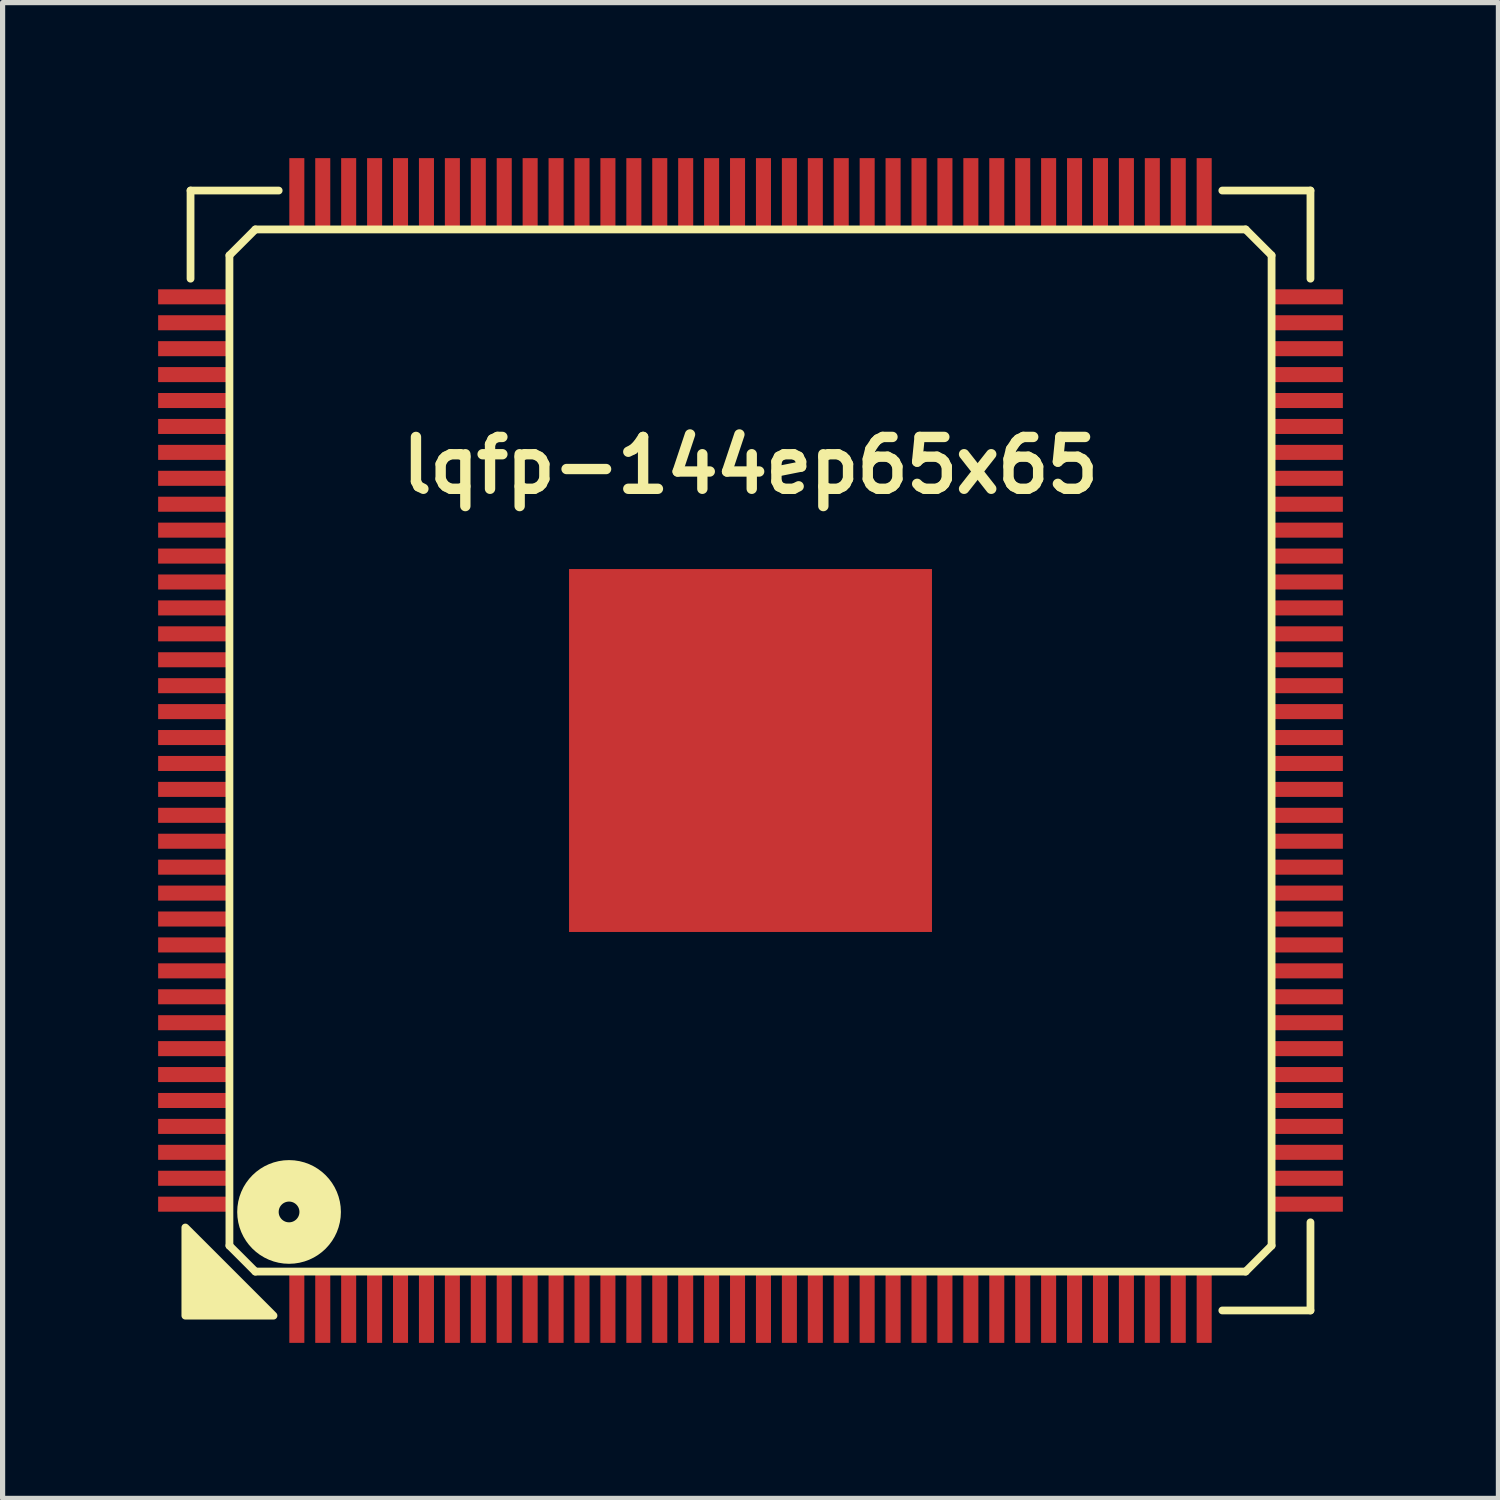
<source format=kicad_pcb>
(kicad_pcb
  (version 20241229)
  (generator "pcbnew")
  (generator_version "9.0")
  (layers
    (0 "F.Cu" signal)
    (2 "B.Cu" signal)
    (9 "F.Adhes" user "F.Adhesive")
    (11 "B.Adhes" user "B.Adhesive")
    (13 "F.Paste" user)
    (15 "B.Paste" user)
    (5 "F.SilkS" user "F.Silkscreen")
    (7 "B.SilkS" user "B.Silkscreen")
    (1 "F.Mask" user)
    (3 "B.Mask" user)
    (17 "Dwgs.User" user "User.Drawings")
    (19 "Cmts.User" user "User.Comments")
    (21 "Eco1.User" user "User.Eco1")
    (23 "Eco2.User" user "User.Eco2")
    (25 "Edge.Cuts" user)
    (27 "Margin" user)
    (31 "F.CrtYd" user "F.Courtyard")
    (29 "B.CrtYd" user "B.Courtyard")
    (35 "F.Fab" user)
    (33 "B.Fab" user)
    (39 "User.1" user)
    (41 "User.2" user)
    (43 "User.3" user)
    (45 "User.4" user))
  (footprint "lqfp-144ep65x65"
    (layer "F.Cu")
    (at 11.425 11.425)
    (property "Reference" "lqfp-144ep65x65" (at 0 -5.5 0) (layer "F.SilkS") (effects (font (size 1 1) (thickness 0.2))))
    (attr smd)
    (fp_line (start -10.8 -10.8) (end -9.1 -10.8) (stroke (width 0.15) (type solid)) (layer "F.SilkS"))
    (fp_line (start -10.8 -9.1) (end -10.8 -10.8) (stroke (width 0.15) (type solid)) (layer "F.SilkS"))
    (fp_line (start -10.05 -9.55) (end -9.55 -10.05) (stroke (width 0.15) (type solid)) (layer "F.SilkS"))
    (fp_line (start -10.05 9.55) (end -10.05 -9.55) (stroke (width 0.15) (type solid)) (layer "F.SilkS"))
    (fp_line (start -9.55 -10.05) (end 9.55 -10.05) (stroke (width 0.15) (type solid)) (layer "F.SilkS"))
    (fp_line (start -9.55 10.05) (end -10.05 9.55) (stroke (width 0.15) (type solid)) (layer "F.SilkS"))
    (fp_line (start 9.1 -10.8) (end 10.8 -10.8) (stroke (width 0.15) (type solid)) (layer "F.SilkS"))
    (fp_line (start 9.55 -10.05) (end 10.05 -9.55) (stroke (width 0.15) (type solid)) (layer "F.SilkS"))
    (fp_line (start 9.55 10.05) (end -9.55 10.05) (stroke (width 0.15) (type solid)) (layer "F.SilkS"))
    (fp_line (start 10.05 -9.55) (end 10.05 9.55) (stroke (width 0.15) (type solid)) (layer "F.SilkS"))
    (fp_line (start 10.05 9.55) (end 9.55 10.05) (stroke (width 0.15) (type solid)) (layer "F.SilkS"))
    (fp_line (start 10.8 -10.8) (end 10.8 -9.1) (stroke (width 0.15) (type solid)) (layer "F.SilkS"))
    (fp_line (start 10.8 9.1) (end 10.8 10.8) (stroke (width 0.15) (type solid)) (layer "F.SilkS"))
    (fp_line (start 10.8 10.8) (end 9.1 10.8) (stroke (width 0.15) (type solid)) (layer "F.SilkS"))
    (fp_circle (center -8.9 8.9) (end -8.7 8.9) (stroke (width 0.8) (type solid)) (fill no) (layer "F.SilkS"))
    (fp_poly (pts (xy -9.2 10.9) (xy -10.9 10.9) (xy -10.9 9.2)) (stroke (width 0.15) (type solid)) (fill yes) (layer "F.SilkS"))
    (pad "" smd rect (at -2.1 -2.1) (size 1.8 1.8) (layers "F.Paste"))
    (pad "" smd rect (at -2.1 0) (size 1.8 1.8) (layers "F.Paste"))
    (pad "" smd rect (at -2.1 2.1) (size 1.8 1.8) (layers "F.Paste"))
    (pad "" smd rect (at 0 -2.1) (size 1.8 1.8) (layers "F.Paste"))
    (pad "" smd rect (at 0 0) (size 1.8 1.8) (layers "F.Paste"))
    (pad "" smd rect (at 0 2.1) (size 1.8 1.8) (layers "F.Paste"))
    (pad "" smd rect (at 2.1 -2.1) (size 1.8 1.8) (layers "F.Paste"))
    (pad "" smd rect (at 2.1 0) (size 1.8 1.8) (layers "F.Paste"))
    (pad "" smd rect (at 2.1 2.1) (size 1.8 1.8) (layers "F.Paste"))
    (pad "1" smd rect (at -8.75 10.75) (size 0.29 1.35) (layers "F.Cu" "F.Mask" "F.Paste"))
    (pad "2" smd rect (at -8.25 10.75) (size 0.29 1.35) (layers "F.Cu" "F.Mask" "F.Paste"))
    (pad "3" smd rect (at -7.75 10.75) (size 0.29 1.35) (layers "F.Cu" "F.Mask" "F.Paste"))
    (pad "4" smd rect (at -7.25 10.75) (size 0.29 1.35) (layers "F.Cu" "F.Mask" "F.Paste"))
    (pad "5" smd rect (at -6.75 10.75) (size 0.29 1.35) (layers "F.Cu" "F.Mask" "F.Paste"))
    (pad "6" smd rect (at -6.25 10.75) (size 0.29 1.35) (layers "F.Cu" "F.Mask" "F.Paste"))
    (pad "7" smd rect (at -5.75 10.75) (size 0.29 1.35) (layers "F.Cu" "F.Mask" "F.Paste"))
    (pad "8" smd rect (at -5.25 10.75) (size 0.29 1.35) (layers "F.Cu" "F.Mask" "F.Paste"))
    (pad "9" smd rect (at -4.75 10.75) (size 0.29 1.35) (layers "F.Cu" "F.Mask" "F.Paste"))
    (pad "10" smd rect (at -4.25 10.75) (size 0.29 1.35) (layers "F.Cu" "F.Mask" "F.Paste"))
    (pad "11" smd rect (at -3.75 10.75) (size 0.29 1.35) (layers "F.Cu" "F.Mask" "F.Paste"))
    (pad "12" smd rect (at -3.25 10.75) (size 0.29 1.35) (layers "F.Cu" "F.Mask" "F.Paste"))
    (pad "13" smd rect (at -2.75 10.75) (size 0.29 1.35) (layers "F.Cu" "F.Mask" "F.Paste"))
    (pad "14" smd rect (at -2.25 10.75) (size 0.29 1.35) (layers "F.Cu" "F.Mask" "F.Paste"))
    (pad "15" smd rect (at -1.75 10.75) (size 0.29 1.35) (layers "F.Cu" "F.Mask" "F.Paste"))
    (pad "16" smd rect (at -1.25 10.75) (size 0.29 1.35) (layers "F.Cu" "F.Mask" "F.Paste"))
    (pad "17" smd rect (at -0.75 10.75) (size 0.29 1.35) (layers "F.Cu" "F.Mask" "F.Paste"))
    (pad "18" smd rect (at -0.25 10.75) (size 0.29 1.35) (layers "F.Cu" "F.Mask" "F.Paste"))
    (pad "19" smd rect (at 0.25 10.75) (size 0.29 1.35) (layers "F.Cu" "F.Mask" "F.Paste"))
    (pad "20" smd rect (at 0.75 10.75) (size 0.29 1.35) (layers "F.Cu" "F.Mask" "F.Paste"))
    (pad "21" smd rect (at 1.25 10.75) (size 0.29 1.35) (layers "F.Cu" "F.Mask" "F.Paste"))
    (pad "22" smd rect (at 1.75 10.75) (size 0.29 1.35) (layers "F.Cu" "F.Mask" "F.Paste"))
    (pad "23" smd rect (at 2.25 10.75) (size 0.29 1.35) (layers "F.Cu" "F.Mask" "F.Paste"))
    (pad "24" smd rect (at 2.75 10.75) (size 0.29 1.35) (layers "F.Cu" "F.Mask" "F.Paste"))
    (pad "25" smd rect (at 3.25 10.75) (size 0.29 1.35) (layers "F.Cu" "F.Mask" "F.Paste"))
    (pad "26" smd rect (at 3.75 10.75) (size 0.29 1.35) (layers "F.Cu" "F.Mask" "F.Paste"))
    (pad "27" smd rect (at 4.25 10.75) (size 0.29 1.35) (layers "F.Cu" "F.Mask" "F.Paste"))
    (pad "28" smd rect (at 4.75 10.75) (size 0.29 1.35) (layers "F.Cu" "F.Mask" "F.Paste"))
    (pad "29" smd rect (at 5.25 10.75) (size 0.29 1.35) (layers "F.Cu" "F.Mask" "F.Paste"))
    (pad "30" smd rect (at 5.75 10.75) (size 0.29 1.35) (layers "F.Cu" "F.Mask" "F.Paste"))
    (pad "31" smd rect (at 6.25 10.75) (size 0.29 1.35) (layers "F.Cu" "F.Mask" "F.Paste"))
    (pad "32" smd rect (at 6.75 10.75) (size 0.29 1.35) (layers "F.Cu" "F.Mask" "F.Paste"))
    (pad "33" smd rect (at 7.25 10.75) (size 0.29 1.35) (layers "F.Cu" "F.Mask" "F.Paste"))
    (pad "34" smd rect (at 7.75 10.75) (size 0.29 1.35) (layers "F.Cu" "F.Mask" "F.Paste"))
    (pad "35" smd rect (at 8.25 10.75) (size 0.29 1.35) (layers "F.Cu" "F.Mask" "F.Paste"))
    (pad "36" smd rect (at 8.75 10.75) (size 0.29 1.35) (layers "F.Cu" "F.Mask" "F.Paste"))
    (pad "37" smd rect (at 10.75 8.75) (size 1.35 0.29) (layers "F.Cu" "F.Mask" "F.Paste"))
    (pad "38" smd rect (at 10.75 8.25) (size 1.35 0.29) (layers "F.Cu" "F.Mask" "F.Paste"))
    (pad "39" smd rect (at 10.75 7.75) (size 1.35 0.29) (layers "F.Cu" "F.Mask" "F.Paste"))
    (pad "40" smd rect (at 10.75 7.25) (size 1.35 0.29) (layers "F.Cu" "F.Mask" "F.Paste"))
    (pad "41" smd rect (at 10.75 6.75) (size 1.35 0.29) (layers "F.Cu" "F.Mask" "F.Paste"))
    (pad "42" smd rect (at 10.75 6.25) (size 1.35 0.29) (layers "F.Cu" "F.Mask" "F.Paste"))
    (pad "43" smd rect (at 10.75 5.75) (size 1.35 0.29) (layers "F.Cu" "F.Mask" "F.Paste"))
    (pad "44" smd rect (at 10.75 5.25) (size 1.35 0.29) (layers "F.Cu" "F.Mask" "F.Paste"))
    (pad "45" smd rect (at 10.75 4.75) (size 1.35 0.29) (layers "F.Cu" "F.Mask" "F.Paste"))
    (pad "46" smd rect (at 10.75 4.25) (size 1.35 0.29) (layers "F.Cu" "F.Mask" "F.Paste"))
    (pad "47" smd rect (at 10.75 3.75) (size 1.35 0.29) (layers "F.Cu" "F.Mask" "F.Paste"))
    (pad "48" smd rect (at 10.75 3.25) (size 1.35 0.29) (layers "F.Cu" "F.Mask" "F.Paste"))
    (pad "49" smd rect (at 10.75 2.75) (size 1.35 0.29) (layers "F.Cu" "F.Mask" "F.Paste"))
    (pad "50" smd rect (at 10.75 2.25) (size 1.35 0.29) (layers "F.Cu" "F.Mask" "F.Paste"))
    (pad "51" smd rect (at 10.75 1.75) (size 1.35 0.29) (layers "F.Cu" "F.Mask" "F.Paste"))
    (pad "52" smd rect (at 10.75 1.25) (size 1.35 0.29) (layers "F.Cu" "F.Mask" "F.Paste"))
    (pad "53" smd rect (at 10.75 0.75) (size 1.35 0.29) (layers "F.Cu" "F.Mask" "F.Paste"))
    (pad "54" smd rect (at 10.75 0.25) (size 1.35 0.29) (layers "F.Cu" "F.Mask" "F.Paste"))
    (pad "55" smd rect (at 10.75 -0.25) (size 1.35 0.29) (layers "F.Cu" "F.Mask" "F.Paste"))
    (pad "56" smd rect (at 10.75 -0.75) (size 1.35 0.29) (layers "F.Cu" "F.Mask" "F.Paste"))
    (pad "57" smd rect (at 10.75 -1.25) (size 1.35 0.29) (layers "F.Cu" "F.Mask" "F.Paste"))
    (pad "58" smd rect (at 10.75 -1.75) (size 1.35 0.29) (layers "F.Cu" "F.Mask" "F.Paste"))
    (pad "59" smd rect (at 10.75 -2.25) (size 1.35 0.29) (layers "F.Cu" "F.Mask" "F.Paste"))
    (pad "60" smd rect (at 10.75 -2.75) (size 1.35 0.29) (layers "F.Cu" "F.Mask" "F.Paste"))
    (pad "61" smd rect (at 10.75 -3.25) (size 1.35 0.29) (layers "F.Cu" "F.Mask" "F.Paste"))
    (pad "62" smd rect (at 10.75 -3.75) (size 1.35 0.29) (layers "F.Cu" "F.Mask" "F.Paste"))
    (pad "63" smd rect (at 10.75 -4.25) (size 1.35 0.29) (layers "F.Cu" "F.Mask" "F.Paste"))
    (pad "64" smd rect (at 10.75 -4.75) (size 1.35 0.29) (layers "F.Cu" "F.Mask" "F.Paste"))
    (pad "65" smd rect (at 10.75 -5.25) (size 1.35 0.29) (layers "F.Cu" "F.Mask" "F.Paste"))
    (pad "66" smd rect (at 10.75 -5.75) (size 1.35 0.29) (layers "F.Cu" "F.Mask" "F.Paste"))
    (pad "67" smd rect (at 10.75 -6.25) (size 1.35 0.29) (layers "F.Cu" "F.Mask" "F.Paste"))
    (pad "68" smd rect (at 10.75 -6.75) (size 1.35 0.29) (layers "F.Cu" "F.Mask" "F.Paste"))
    (pad "69" smd rect (at 10.75 -7.25) (size 1.35 0.29) (layers "F.Cu" "F.Mask" "F.Paste"))
    (pad "70" smd rect (at 10.75 -7.75) (size 1.35 0.29) (layers "F.Cu" "F.Mask" "F.Paste"))
    (pad "71" smd rect (at 10.75 -8.25) (size 1.35 0.29) (layers "F.Cu" "F.Mask" "F.Paste"))
    (pad "72" smd rect (at 10.75 -8.75) (size 1.35 0.29) (layers "F.Cu" "F.Mask" "F.Paste"))
    (pad "73" smd rect (at 8.75 -10.75) (size 0.29 1.35) (layers "F.Cu" "F.Mask" "F.Paste"))
    (pad "74" smd rect (at 8.25 -10.75) (size 0.29 1.35) (layers "F.Cu" "F.Mask" "F.Paste"))
    (pad "75" smd rect (at 7.75 -10.75) (size 0.29 1.35) (layers "F.Cu" "F.Mask" "F.Paste"))
    (pad "76" smd rect (at 7.25 -10.75) (size 0.29 1.35) (layers "F.Cu" "F.Mask" "F.Paste"))
    (pad "77" smd rect (at 6.75 -10.75) (size 0.29 1.35) (layers "F.Cu" "F.Mask" "F.Paste"))
    (pad "78" smd rect (at 6.25 -10.75) (size 0.29 1.35) (layers "F.Cu" "F.Mask" "F.Paste"))
    (pad "79" smd rect (at 5.75 -10.75) (size 0.29 1.35) (layers "F.Cu" "F.Mask" "F.Paste"))
    (pad "80" smd rect (at 5.25 -10.75) (size 0.29 1.35) (layers "F.Cu" "F.Mask" "F.Paste"))
    (pad "81" smd rect (at 4.75 -10.75) (size 0.29 1.35) (layers "F.Cu" "F.Mask" "F.Paste"))
    (pad "82" smd rect (at 4.25 -10.75) (size 0.29 1.35) (layers "F.Cu" "F.Mask" "F.Paste"))
    (pad "83" smd rect (at 3.75 -10.75) (size 0.29 1.35) (layers "F.Cu" "F.Mask" "F.Paste"))
    (pad "84" smd rect (at 3.25 -10.75) (size 0.29 1.35) (layers "F.Cu" "F.Mask" "F.Paste"))
    (pad "85" smd rect (at 2.75 -10.75) (size 0.29 1.35) (layers "F.Cu" "F.Mask" "F.Paste"))
    (pad "86" smd rect (at 2.25 -10.75) (size 0.29 1.35) (layers "F.Cu" "F.Mask" "F.Paste"))
    (pad "87" smd rect (at 1.75 -10.75) (size 0.29 1.35) (layers "F.Cu" "F.Mask" "F.Paste"))
    (pad "88" smd rect (at 1.25 -10.75) (size 0.29 1.35) (layers "F.Cu" "F.Mask" "F.Paste"))
    (pad "89" smd rect (at 0.75 -10.75) (size 0.29 1.35) (layers "F.Cu" "F.Mask" "F.Paste"))
    (pad "90" smd rect (at 0.25 -10.75) (size 0.29 1.35) (layers "F.Cu" "F.Mask" "F.Paste"))
    (pad "91" smd rect (at -0.25 -10.75) (size 0.29 1.35) (layers "F.Cu" "F.Mask" "F.Paste"))
    (pad "92" smd rect (at -0.75 -10.75) (size 0.29 1.35) (layers "F.Cu" "F.Mask" "F.Paste"))
    (pad "93" smd rect (at -1.25 -10.75) (size 0.29 1.35) (layers "F.Cu" "F.Mask" "F.Paste"))
    (pad "94" smd rect (at -1.75 -10.75) (size 0.29 1.35) (layers "F.Cu" "F.Mask" "F.Paste"))
    (pad "95" smd rect (at -2.25 -10.75) (size 0.29 1.35) (layers "F.Cu" "F.Mask" "F.Paste"))
    (pad "96" smd rect (at -2.75 -10.75) (size 0.29 1.35) (layers "F.Cu" "F.Mask" "F.Paste"))
    (pad "97" smd rect (at -3.25 -10.75) (size 0.29 1.35) (layers "F.Cu" "F.Mask" "F.Paste"))
    (pad "98" smd rect (at -3.75 -10.75) (size 0.29 1.35) (layers "F.Cu" "F.Mask" "F.Paste"))
    (pad "99" smd rect (at -4.25 -10.75) (size 0.29 1.35) (layers "F.Cu" "F.Mask" "F.Paste"))
    (pad "100" smd rect (at -4.75 -10.75) (size 0.29 1.35) (layers "F.Cu" "F.Mask" "F.Paste"))
    (pad "101" smd rect (at -5.25 -10.75) (size 0.29 1.35) (layers "F.Cu" "F.Mask" "F.Paste"))
    (pad "102" smd rect (at -5.75 -10.75) (size 0.29 1.35) (layers "F.Cu" "F.Mask" "F.Paste"))
    (pad "103" smd rect (at -6.25 -10.75) (size 0.29 1.35) (layers "F.Cu" "F.Mask" "F.Paste"))
    (pad "104" smd rect (at -6.75 -10.75) (size 0.29 1.35) (layers "F.Cu" "F.Mask" "F.Paste"))
    (pad "105" smd rect (at -7.25 -10.75) (size 0.29 1.35) (layers "F.Cu" "F.Mask" "F.Paste"))
    (pad "106" smd rect (at -7.75 -10.75) (size 0.29 1.35) (layers "F.Cu" "F.Mask" "F.Paste"))
    (pad "107" smd rect (at -8.25 -10.75) (size 0.29 1.35) (layers "F.Cu" "F.Mask" "F.Paste"))
    (pad "108" smd rect (at -8.75 -10.75) (size 0.29 1.35) (layers "F.Cu" "F.Mask" "F.Paste"))
    (pad "109" smd rect (at -10.75 -8.75) (size 1.35 0.29) (layers "F.Cu" "F.Mask" "F.Paste"))
    (pad "110" smd rect (at -10.75 -8.25) (size 1.35 0.29) (layers "F.Cu" "F.Mask" "F.Paste"))
    (pad "111" smd rect (at -10.75 -7.75) (size 1.35 0.29) (layers "F.Cu" "F.Mask" "F.Paste"))
    (pad "112" smd rect (at -10.75 -7.25) (size 1.35 0.29) (layers "F.Cu" "F.Mask" "F.Paste"))
    (pad "113" smd rect (at -10.75 -6.75) (size 1.35 0.29) (layers "F.Cu" "F.Mask" "F.Paste"))
    (pad "114" smd rect (at -10.75 -6.25) (size 1.35 0.29) (layers "F.Cu" "F.Mask" "F.Paste"))
    (pad "115" smd rect (at -10.75 -5.75) (size 1.35 0.29) (layers "F.Cu" "F.Mask" "F.Paste"))
    (pad "116" smd rect (at -10.75 -5.25) (size 1.35 0.29) (layers "F.Cu" "F.Mask" "F.Paste"))
    (pad "117" smd rect (at -10.75 -4.75) (size 1.35 0.29) (layers "F.Cu" "F.Mask" "F.Paste"))
    (pad "118" smd rect (at -10.75 -4.25) (size 1.35 0.29) (layers "F.Cu" "F.Mask" "F.Paste"))
    (pad "119" smd rect (at -10.75 -3.75) (size 1.35 0.29) (layers "F.Cu" "F.Mask" "F.Paste"))
    (pad "120" smd rect (at -10.75 -3.25) (size 1.35 0.29) (layers "F.Cu" "F.Mask" "F.Paste"))
    (pad "121" smd rect (at -10.75 -2.75) (size 1.35 0.29) (layers "F.Cu" "F.Mask" "F.Paste"))
    (pad "122" smd rect (at -10.75 -2.25) (size 1.35 0.29) (layers "F.Cu" "F.Mask" "F.Paste"))
    (pad "123" smd rect (at -10.75 -1.75) (size 1.35 0.29) (layers "F.Cu" "F.Mask" "F.Paste"))
    (pad "124" smd rect (at -10.75 -1.25) (size 1.35 0.29) (layers "F.Cu" "F.Mask" "F.Paste"))
    (pad "125" smd rect (at -10.75 -0.75) (size 1.35 0.29) (layers "F.Cu" "F.Mask" "F.Paste"))
    (pad "126" smd rect (at -10.75 -0.25) (size 1.35 0.29) (layers "F.Cu" "F.Mask" "F.Paste"))
    (pad "127" smd rect (at -10.75 0.25) (size 1.35 0.29) (layers "F.Cu" "F.Mask" "F.Paste"))
    (pad "128" smd rect (at -10.75 0.75) (size 1.35 0.29) (layers "F.Cu" "F.Mask" "F.Paste"))
    (pad "129" smd rect (at -10.75 1.25) (size 1.35 0.29) (layers "F.Cu" "F.Mask" "F.Paste"))
    (pad "130" smd rect (at -10.75 1.75) (size 1.35 0.29) (layers "F.Cu" "F.Mask" "F.Paste"))
    (pad "131" smd rect (at -10.75 2.25) (size 1.35 0.29) (layers "F.Cu" "F.Mask" "F.Paste"))
    (pad "132" smd rect (at -10.75 2.75) (size 1.35 0.29) (layers "F.Cu" "F.Mask" "F.Paste"))
    (pad "133" smd rect (at -10.75 3.25) (size 1.35 0.29) (layers "F.Cu" "F.Mask" "F.Paste"))
    (pad "134" smd rect (at -10.75 3.75) (size 1.35 0.29) (layers "F.Cu" "F.Mask" "F.Paste"))
    (pad "135" smd rect (at -10.75 4.25) (size 1.35 0.29) (layers "F.Cu" "F.Mask" "F.Paste"))
    (pad "136" smd rect (at -10.75 4.75) (size 1.35 0.29) (layers "F.Cu" "F.Mask" "F.Paste"))
    (pad "137" smd rect (at -10.75 5.25) (size 1.35 0.29) (layers "F.Cu" "F.Mask" "F.Paste"))
    (pad "138" smd rect (at -10.75 5.75) (size 1.35 0.29) (layers "F.Cu" "F.Mask" "F.Paste"))
    (pad "139" smd rect (at -10.75 6.25) (size 1.35 0.29) (layers "F.Cu" "F.Mask" "F.Paste"))
    (pad "140" smd rect (at -10.75 6.75) (size 1.35 0.29) (layers "F.Cu" "F.Mask" "F.Paste"))
    (pad "141" smd rect (at -10.75 7.25) (size 1.35 0.29) (layers "F.Cu" "F.Mask" "F.Paste"))
    (pad "142" smd rect (at -10.75 7.75) (size 1.35 0.29) (layers "F.Cu" "F.Mask" "F.Paste"))
    (pad "143" smd rect (at -10.75 8.25) (size 1.35 0.29) (layers "F.Cu" "F.Mask" "F.Paste"))
    (pad "144" smd rect (at -10.75 8.75) (size 1.35 0.29) (layers "F.Cu" "F.Mask" "F.Paste"))
    (pad "145" smd rect (at 0 0) (size 7 7) (layers "F.Cu" "F.Mask")))
  (gr_rect
    (start -3 -3)
    (end 25.85 25.85)
    (stroke (width 0.1) (type default))
    (fill no)
    (layer "Edge.Cuts")))
</source>
